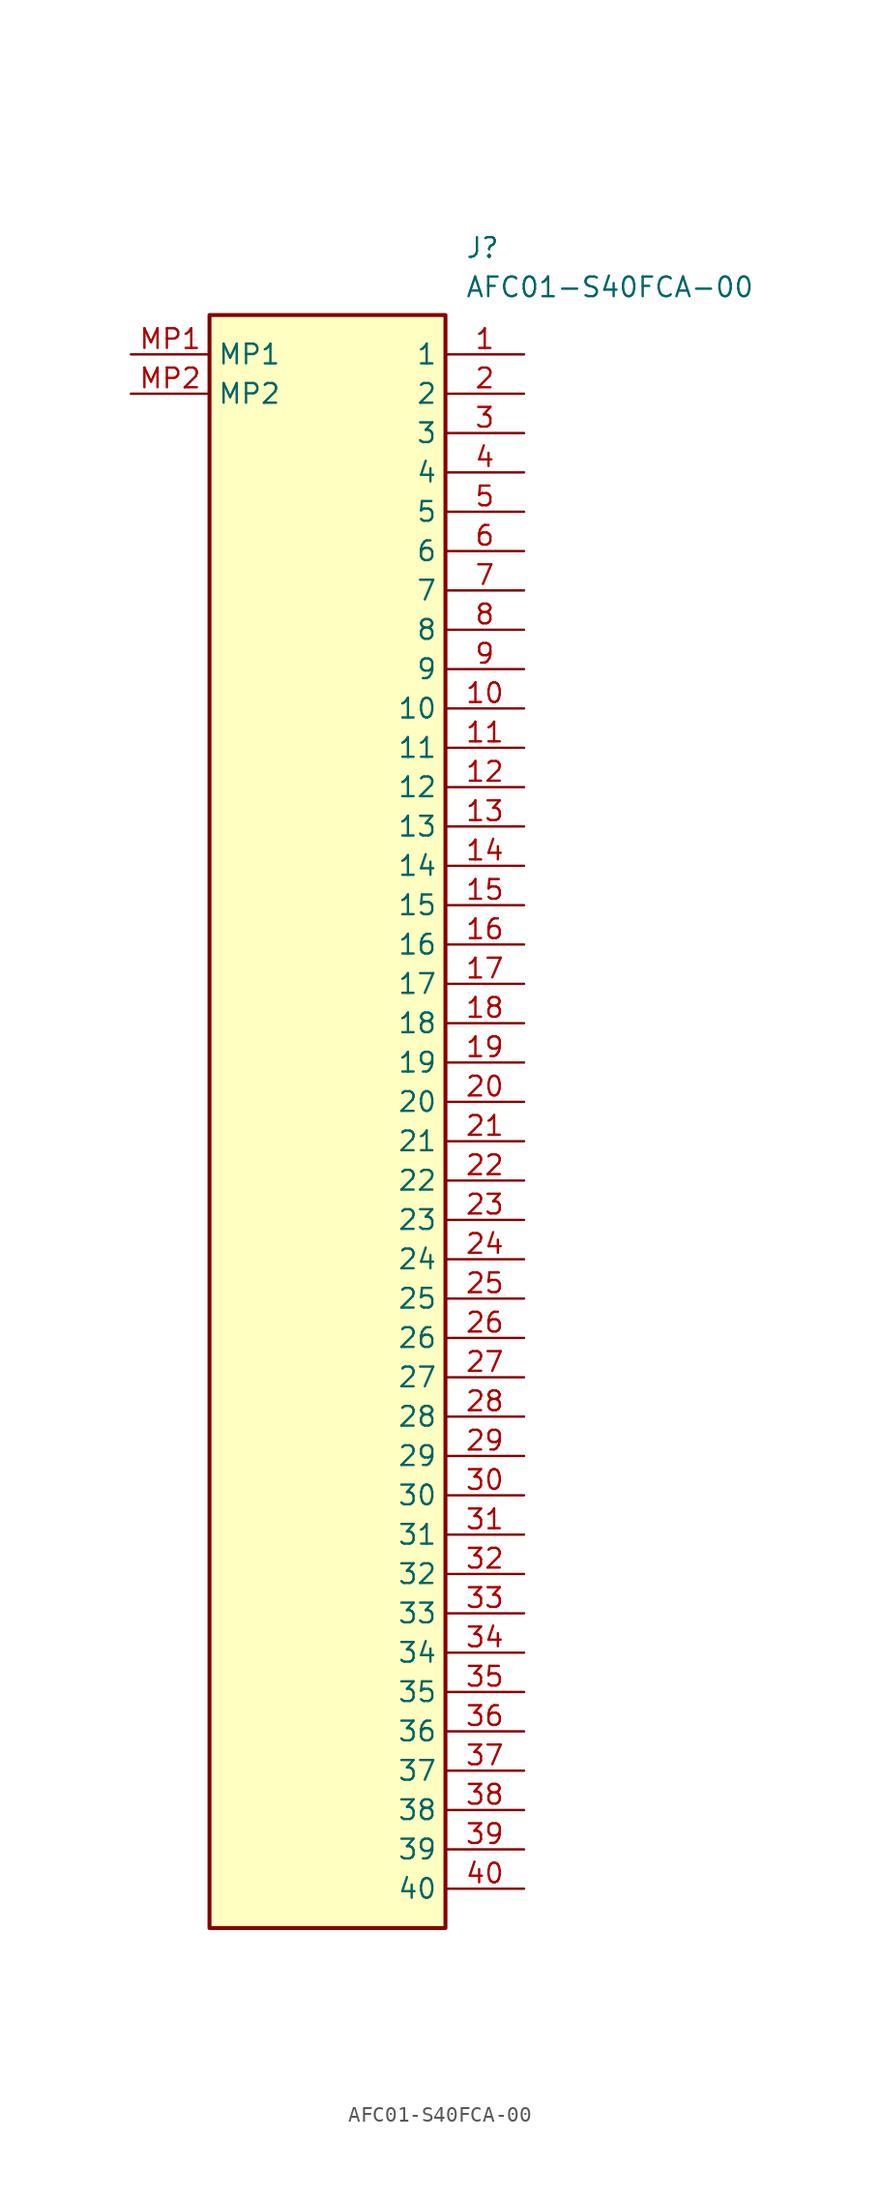
<source format=kicad_sym>
(kicad_symbol_lib
  (version 20211014)
  (generator SamacSys_ECAD_Model)
  (symbol "AFC01-S40FCA-00"
    (property "Reference" "J"
      (at 21.59 7.62 0)
      (effects (font (size 1.27 1.27)) (justify left top)))
    (property "Value" "AFC01-S40FCA-00"
      (at 21.59 5.08 0)
      (effects (font (size 1.27 1.27)) (justify left top)))
    (rectangle
      (start 5.08 2.54)
      (end 20.32 -101.6)
      (stroke (width 0.254) (type default))
      (fill (type background)))
    (pin passive line
      (at 25.4 0 180)
      (length 5.08)
      (name "1" (effects (font (size 1.27 1.27))))
      (number "1" (effects (font (size 1.27 1.27)))))
    (pin passive line
      (at 25.4 -2.54 180)
      (length 5.08)
      (name "2" (effects (font (size 1.27 1.27))))
      (number "2" (effects (font (size 1.27 1.27)))))
    (pin passive line
      (at 25.4 -5.08 180)
      (length 5.08)
      (name "3" (effects (font (size 1.27 1.27))))
      (number "3" (effects (font (size 1.27 1.27)))))
    (pin passive line
      (at 25.4 -7.62 180)
      (length 5.08)
      (name "4" (effects (font (size 1.27 1.27))))
      (number "4" (effects (font (size 1.27 1.27)))))
    (pin passive line
      (at 25.4 -10.16 180)
      (length 5.08)
      (name "5" (effects (font (size 1.27 1.27))))
      (number "5" (effects (font (size 1.27 1.27)))))
    (pin passive line
      (at 25.4 -12.7 180)
      (length 5.08)
      (name "6" (effects (font (size 1.27 1.27))))
      (number "6" (effects (font (size 1.27 1.27)))))
    (pin passive line
      (at 25.4 -15.24 180)
      (length 5.08)
      (name "7" (effects (font (size 1.27 1.27))))
      (number "7" (effects (font (size 1.27 1.27)))))
    (pin passive line
      (at 25.4 -17.78 180)
      (length 5.08)
      (name "8" (effects (font (size 1.27 1.27))))
      (number "8" (effects (font (size 1.27 1.27)))))
    (pin passive line
      (at 25.4 -20.32 180)
      (length 5.08)
      (name "9" (effects (font (size 1.27 1.27))))
      (number "9" (effects (font (size 1.27 1.27)))))
    (pin passive line
      (at 25.4 -22.86 180)
      (length 5.08)
      (name "10" (effects (font (size 1.27 1.27))))
      (number "10" (effects (font (size 1.27 1.27)))))
    (pin passive line
      (at 25.4 -25.4 180)
      (length 5.08)
      (name "11" (effects (font (size 1.27 1.27))))
      (number "11" (effects (font (size 1.27 1.27)))))
    (pin passive line
      (at 25.4 -27.94 180)
      (length 5.08)
      (name "12" (effects (font (size 1.27 1.27))))
      (number "12" (effects (font (size 1.27 1.27)))))
    (pin passive line
      (at 25.4 -30.48 180)
      (length 5.08)
      (name "13" (effects (font (size 1.27 1.27))))
      (number "13" (effects (font (size 1.27 1.27)))))
    (pin passive line
      (at 25.4 -33.02 180)
      (length 5.08)
      (name "14" (effects (font (size 1.27 1.27))))
      (number "14" (effects (font (size 1.27 1.27)))))
    (pin passive line
      (at 25.4 -35.56 180)
      (length 5.08)
      (name "15" (effects (font (size 1.27 1.27))))
      (number "15" (effects (font (size 1.27 1.27)))))
    (pin passive line
      (at 25.4 -38.1 180)
      (length 5.08)
      (name "16" (effects (font (size 1.27 1.27))))
      (number "16" (effects (font (size 1.27 1.27)))))
    (pin passive line
      (at 25.4 -40.64 180)
      (length 5.08)
      (name "17" (effects (font (size 1.27 1.27))))
      (number "17" (effects (font (size 1.27 1.27)))))
    (pin passive line
      (at 25.4 -43.18 180)
      (length 5.08)
      (name "18" (effects (font (size 1.27 1.27))))
      (number "18" (effects (font (size 1.27 1.27)))))
    (pin passive line
      (at 25.4 -45.72 180)
      (length 5.08)
      (name "19" (effects (font (size 1.27 1.27))))
      (number "19" (effects (font (size 1.27 1.27)))))
    (pin passive line
      (at 25.4 -48.26 180)
      (length 5.08)
      (name "20" (effects (font (size 1.27 1.27))))
      (number "20" (effects (font (size 1.27 1.27)))))
    (pin passive line
      (at 25.4 -50.8 180)
      (length 5.08)
      (name "21" (effects (font (size 1.27 1.27))))
      (number "21" (effects (font (size 1.27 1.27)))))
    (pin passive line
      (at 25.4 -53.34 180)
      (length 5.08)
      (name "22" (effects (font (size 1.27 1.27))))
      (number "22" (effects (font (size 1.27 1.27)))))
    (pin passive line
      (at 25.4 -55.88 180)
      (length 5.08)
      (name "23" (effects (font (size 1.27 1.27))))
      (number "23" (effects (font (size 1.27 1.27)))))
    (pin passive line
      (at 25.4 -58.42 180)
      (length 5.08)
      (name "24" (effects (font (size 1.27 1.27))))
      (number "24" (effects (font (size 1.27 1.27)))))
    (pin passive line
      (at 25.4 -60.96 180)
      (length 5.08)
      (name "25" (effects (font (size 1.27 1.27))))
      (number "25" (effects (font (size 1.27 1.27)))))
    (pin passive line
      (at 25.4 -63.5 180)
      (length 5.08)
      (name "26" (effects (font (size 1.27 1.27))))
      (number "26" (effects (font (size 1.27 1.27)))))
    (pin passive line
      (at 25.4 -66.04 180)
      (length 5.08)
      (name "27" (effects (font (size 1.27 1.27))))
      (number "27" (effects (font (size 1.27 1.27)))))
    (pin passive line
      (at 25.4 -68.58 180)
      (length 5.08)
      (name "28" (effects (font (size 1.27 1.27))))
      (number "28" (effects (font (size 1.27 1.27)))))
    (pin passive line
      (at 25.4 -71.12 180)
      (length 5.08)
      (name "29" (effects (font (size 1.27 1.27))))
      (number "29" (effects (font (size 1.27 1.27)))))
    (pin passive line
      (at 25.4 -73.66 180)
      (length 5.08)
      (name "30" (effects (font (size 1.27 1.27))))
      (number "30" (effects (font (size 1.27 1.27)))))
    (pin passive line
      (at 25.4 -76.2 180)
      (length 5.08)
      (name "31" (effects (font (size 1.27 1.27))))
      (number "31" (effects (font (size 1.27 1.27)))))
    (pin passive line
      (at 25.4 -78.74 180)
      (length 5.08)
      (name "32" (effects (font (size 1.27 1.27))))
      (number "32" (effects (font (size 1.27 1.27)))))
    (pin passive line
      (at 25.4 -81.28 180)
      (length 5.08)
      (name "33" (effects (font (size 1.27 1.27))))
      (number "33" (effects (font (size 1.27 1.27)))))
    (pin passive line
      (at 25.4 -83.82 180)
      (length 5.08)
      (name "34" (effects (font (size 1.27 1.27))))
      (number "34" (effects (font (size 1.27 1.27)))))
    (pin passive line
      (at 25.4 -86.36 180)
      (length 5.08)
      (name "35" (effects (font (size 1.27 1.27))))
      (number "35" (effects (font (size 1.27 1.27)))))
    (pin passive line
      (at 25.4 -88.9 180)
      (length 5.08)
      (name "36" (effects (font (size 1.27 1.27))))
      (number "36" (effects (font (size 1.27 1.27)))))
    (pin passive line
      (at 25.4 -91.44 180)
      (length 5.08)
      (name "37" (effects (font (size 1.27 1.27))))
      (number "37" (effects (font (size 1.27 1.27)))))
    (pin passive line
      (at 25.4 -93.98 180)
      (length 5.08)
      (name "38" (effects (font (size 1.27 1.27))))
      (number "38" (effects (font (size 1.27 1.27)))))
    (pin passive line
      (at 25.4 -96.52 180)
      (length 5.08)
      (name "39" (effects (font (size 1.27 1.27))))
      (number "39" (effects (font (size 1.27 1.27)))))
    (pin passive line
      (at 25.4 -99.06 180)
      (length 5.08)
      (name "40" (effects (font (size 1.27 1.27))))
      (number "40" (effects (font (size 1.27 1.27)))))
    (pin passive line
      (at 0 0 0)
      (length 5.08)
      (name "MP1" (effects (font (size 1.27 1.27))))
      (number "MP1" (effects (font (size 1.27 1.27)))))
    (pin passive line
      (at 0 -2.54 0)
      (length 5.08)
      (name "MP2" (effects (font (size 1.27 1.27))))
      (number "MP2" (effects (font (size 1.27 1.27)))))))
</source>
